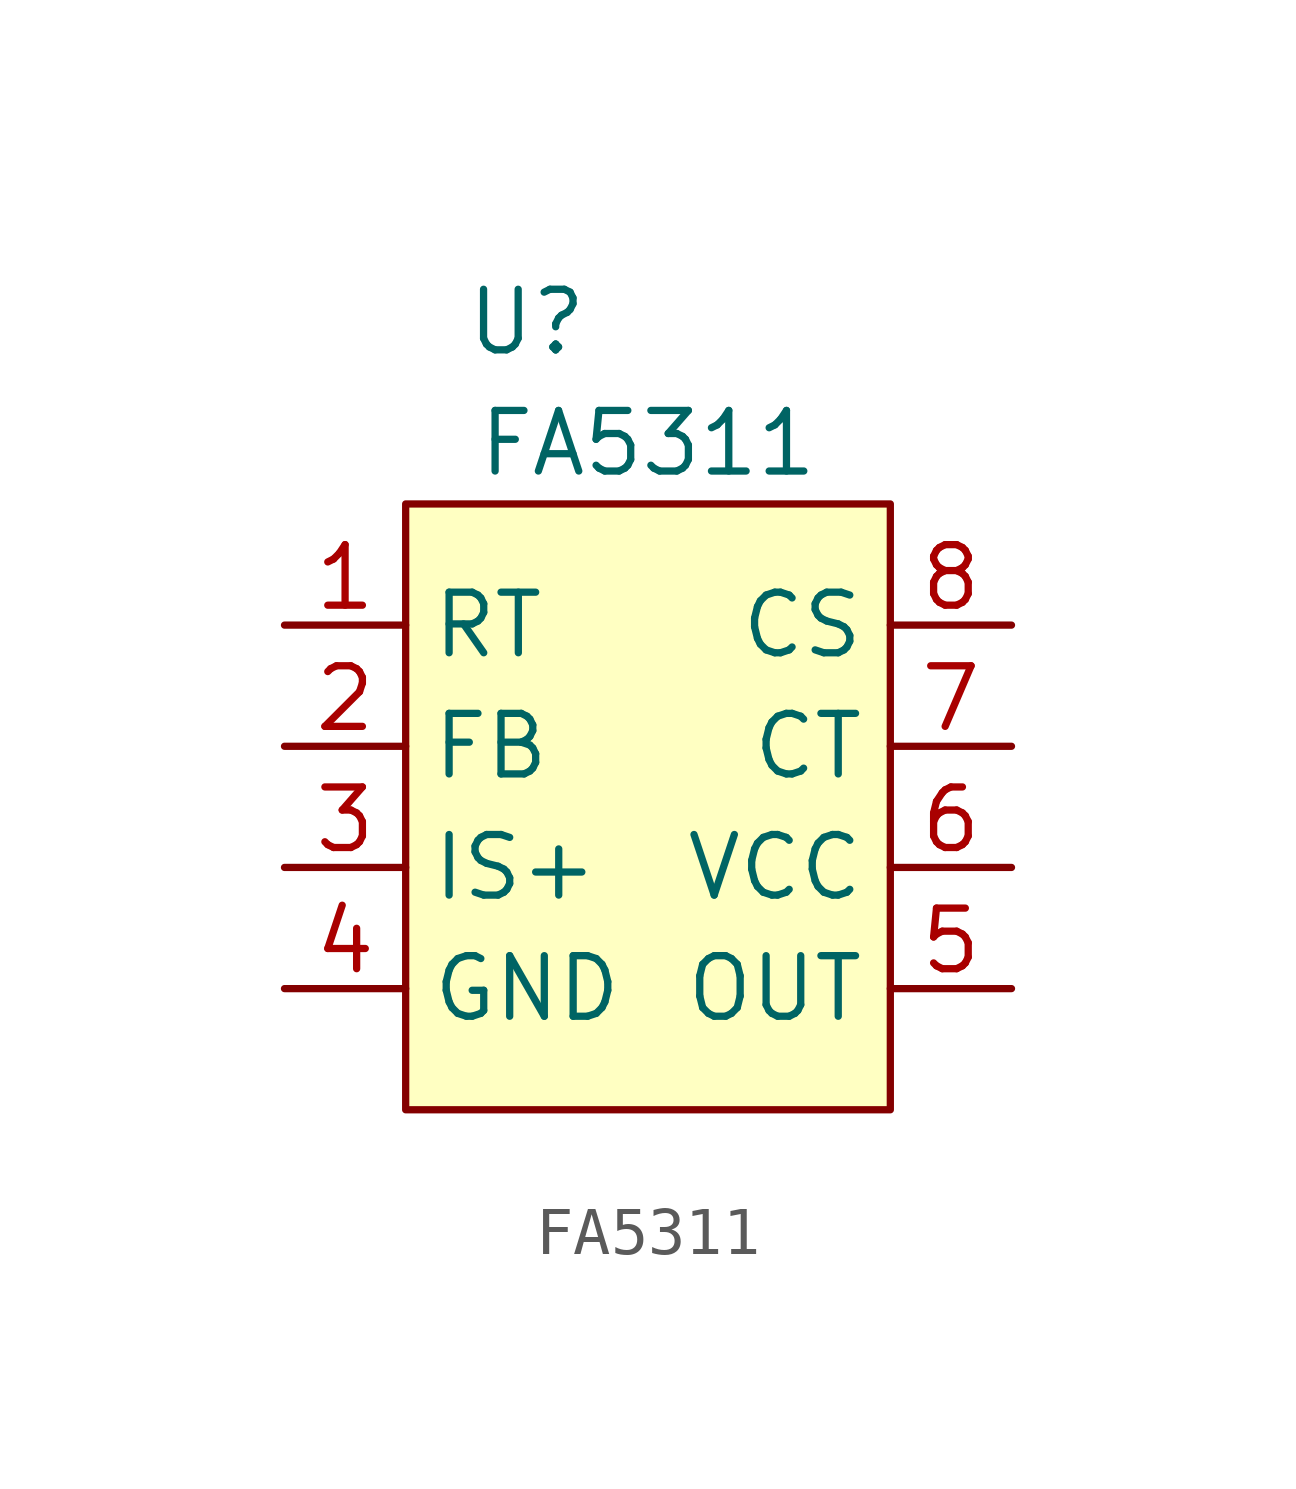
<source format=kicad_sym>
(kicad_symbol_lib
  (version 20211014)
  (generator kicad_symbol_editor)
  (symbol "FA5311"
    (property "Reference" "U"
      (at 2.54 3.81 0)
      (effects (font (size 1.27 1.27))))
    (property "Value" "FA5311"
      (at 5.08 1.27 0)
      (effects (font (size 1.27 1.27))))
    (symbol "FA5311_0_1"
      (rectangle (start 0 0) (end 10.16 -12.7) (stroke (width 0) (type default) (color 0 0 0 0)) (fill (type background))))
    (symbol "FA5311_1_1"
      (pin passive line (at -2.54 -2.54 0) (length 2.54) (name "RT" (effects (font (size 1.27 1.27)))) (number "1" (effects (font (size 1.27 1.27)))))
      (pin passive line (at -2.54 -5.08 0) (length 2.54) (name "FB" (effects (font (size 1.27 1.27)))) (number "2" (effects (font (size 1.27 1.27)))))
      (pin passive line (at -2.54 -7.62 0) (length 2.54) (name "IS+" (effects (font (size 1.27 1.27)))) (number "3" (effects (font (size 1.27 1.27)))))
      (pin power_in line (at -2.54 -10.16 0) (length 2.54) (name "GND" (effects (font (size 1.27 1.27)))) (number "4" (effects (font (size 1.27 1.27)))))
      (pin output line (at 12.7 -10.16 180) (length 2.54) (name "OUT" (effects (font (size 1.27 1.27)))) (number "5" (effects (font (size 1.27 1.27)))))
      (pin power_in line (at 12.7 -7.62 180) (length 2.54) (name "VCC" (effects (font (size 1.27 1.27)))) (number "6" (effects (font (size 1.27 1.27)))))
      (pin passive line (at 12.7 -5.08 180) (length 2.54) (name "CT" (effects (font (size 1.27 1.27)))) (number "7" (effects (font (size 1.27 1.27)))))
      (pin passive line (at 12.7 -2.54 180) (length 2.54) (name "CS" (effects (font (size 1.27 1.27)))) (number "8" (effects (font (size 1.27 1.27))))))))
</source>
